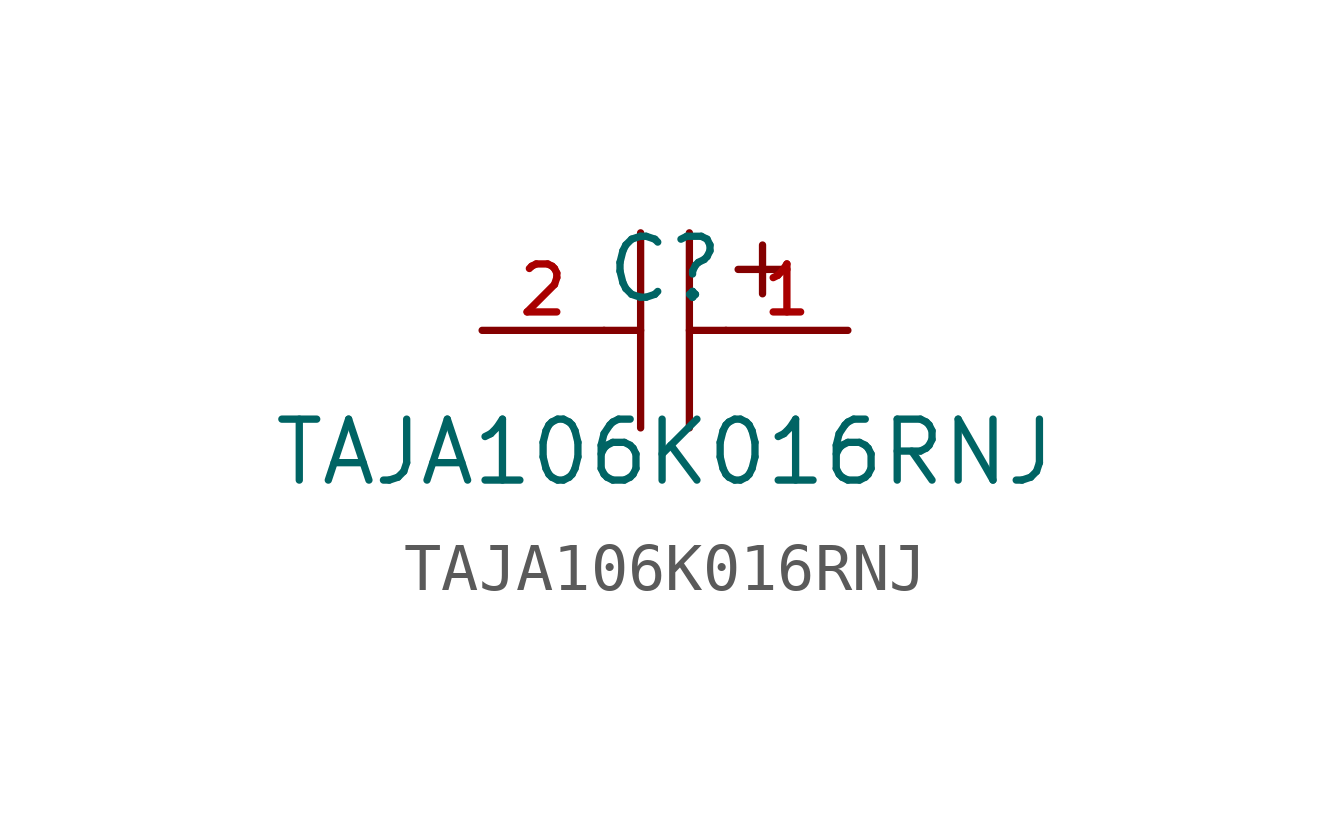
<source format=kicad_sym>
(kicad_symbol_lib
  (version 20210201)
  (generator TousstNicolas/JLC2KiCad_lib)
  (symbol "TAJA106K016RNJ"
    (pin_names hide)
    (property "Reference" "C"
      (at 0 1.27 0)
      (effects (font (size 1.27 1.27))))
    (property "Value" "TAJA106K016RNJ"
      (at 0 -2.54 0)
      (effects (font (size 1.27 1.27))))
    (symbol "TAJA106K016RNJ_0_1"
      (polyline (pts (xy 0.508 -2.032) (xy 0.508 2.032)) (stroke (width 0) (type default) (color 0 0 0 0)) (fill (type none)))
      (polyline (pts (xy -0.508 -2.032) (xy -0.508 2.032)) (stroke (width 0) (type default) (color 0 0 0 0)) (fill (type none)))
      (pin input line (at 3.81 -0.0 180) (length 2.54) (name "1" (effects (font (size 1 1)))) (number "1" (effects (font (size 1 1)))))
      (pin input line (at -3.81 -0.0 0) (length 2.54) (name "2" (effects (font (size 1 1)))) (number "2" (effects (font (size 1 1)))))
      (polyline (pts (xy 1.27 -0.0) (xy 0.508 -0.0)) (stroke (width 0) (type default) (color 0 0 0 0)) (fill (type none)))
      (polyline (pts (xy -0.508 -0.0) (xy -1.27 -0.0)) (stroke (width 0) (type default) (color 0 0 0 0)) (fill (type none)))
      (polyline (pts (xy 1.524 1.27) (xy 2.54 1.27)) (stroke (width 0) (type default) (color 0 0 0 0)) (fill (type none)))
      (polyline (pts (xy 2.032 1.778) (xy 2.032 0.762)) (stroke (width 0) (type default) (color 0 0 0 0)) (fill (type none))))))
</source>
